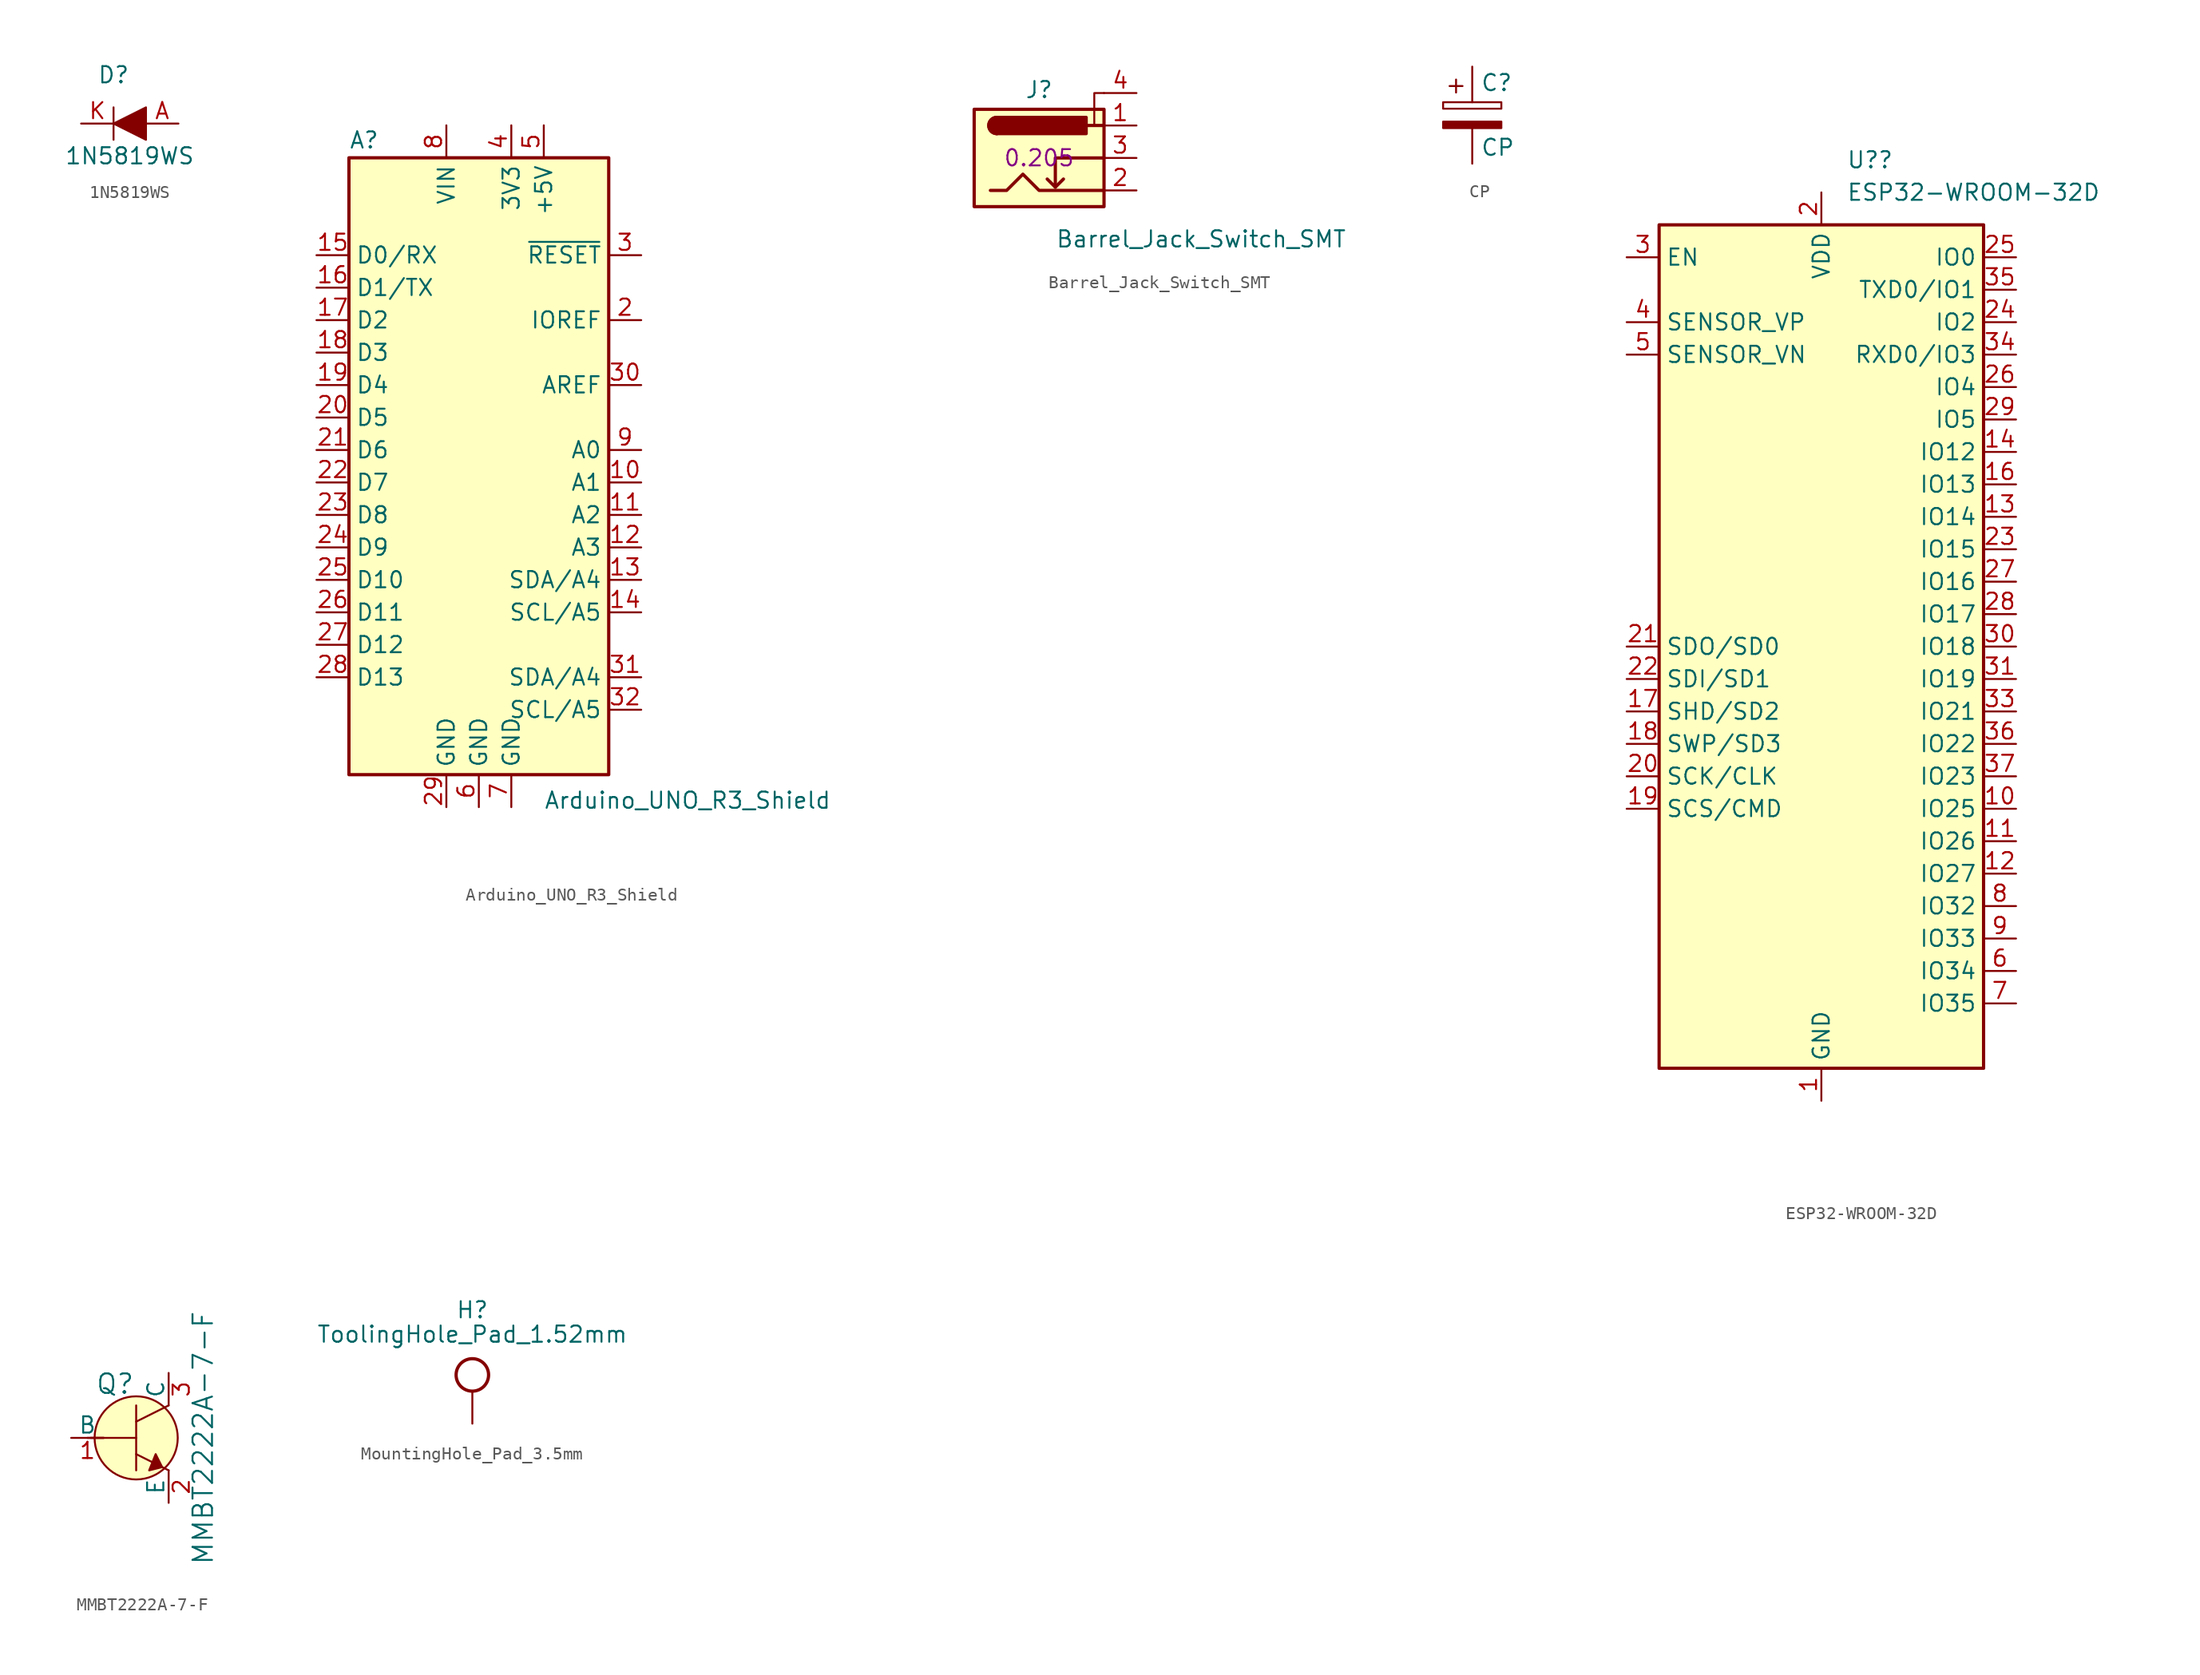
<source format=kicad_sym>
(kicad_symbol_lib
  (version 20220914)
  (generator kicad_symbol_editor)
  (symbol "1N5819WS"
    (pin_names
      (offset 1.016))
    (property "Reference" "D"
      (at 0 3.81 0)
      (effects (font (size 1.27 1.27))))
    (property "Value" "1N5819WS"
      (at 1.27 -2.54 0)
      (effects (font (size 1.27 1.27))))
    (symbol "1N5819WS_0_1"
      (polyline (pts (xy 0 0) (xy 2.54 0)) (stroke (width 0) (type default)) (fill (type none)))
      (polyline (pts (xy 0 1.27) (xy 0 -1.27)) (stroke (width 0) (type default)) (fill (type none)))
      (polyline (pts (xy 2.54 1.27) (xy 2.54 -1.27) (xy 0 0) (xy 2.54 1.27)) (stroke (width 0) (type default)) (fill (type outline))))
    (symbol "1N5819WS_1_1"
      (pin passive line (at 5.08 0 180) (length 2.54) (name "~" (effects (font (size 1.27 1.27)))) (number "A" (effects (font (size 1.27 1.27)))))
      (pin passive line (at -2.54 0 0) (length 2.54) (name "~" (effects (font (size 1.27 1.27)))) (number "K" (effects (font (size 1.27 1.27)))))))
  (symbol "Arduino_UNO_R3_Shield"
    (property "Reference" "A"
      (at -10.16 23.495 0)
      (effects (font (size 1.27 1.27)) (justify left bottom)))
    (property "Value" "Arduino_UNO_R3_Shield"
      (at 5.08 -26.67 0)
      (effects (font (size 1.27 1.27)) (justify left top)))
    (symbol "Arduino_UNO_R3_Shield_0_1"
      (rectangle (start -10.16 22.86) (end 10.16 -25.4) (stroke (width 0.254) (type default)) (fill (type background))))
    (symbol "Arduino_UNO_R3_Shield_1_1"
      (pin no_connect line (at -10.16 -20.32 0) (length 2.54) hide (name "NC" (effects (font (size 1.27 1.27)))) (number "1" (effects (font (size 1.27 1.27)))))
      (pin bidirectional line (at 12.7 -2.54 180) (length 2.54) (name "A1" (effects (font (size 1.27 1.27)))) (number "10" (effects (font (size 1.27 1.27)))))
      (pin bidirectional line (at 12.7 -5.08 180) (length 2.54) (name "A2" (effects (font (size 1.27 1.27)))) (number "11" (effects (font (size 1.27 1.27)))))
      (pin bidirectional line (at 12.7 -7.62 180) (length 2.54) (name "A3" (effects (font (size 1.27 1.27)))) (number "12" (effects (font (size 1.27 1.27)))))
      (pin bidirectional line (at 12.7 -10.16 180) (length 2.54) (name "SDA/A4" (effects (font (size 1.27 1.27)))) (number "13" (effects (font (size 1.27 1.27)))))
      (pin bidirectional line (at 12.7 -12.7 180) (length 2.54) (name "SCL/A5" (effects (font (size 1.27 1.27)))) (number "14" (effects (font (size 1.27 1.27)))))
      (pin bidirectional line (at -12.7 15.24 0) (length 2.54) (name "D0/RX" (effects (font (size 1.27 1.27)))) (number "15" (effects (font (size 1.27 1.27)))))
      (pin bidirectional line (at -12.7 12.7 0) (length 2.54) (name "D1/TX" (effects (font (size 1.27 1.27)))) (number "16" (effects (font (size 1.27 1.27)))))
      (pin bidirectional line (at -12.7 10.16 0) (length 2.54) (name "D2" (effects (font (size 1.27 1.27)))) (number "17" (effects (font (size 1.27 1.27)))))
      (pin bidirectional line (at -12.7 7.62 0) (length 2.54) (name "D3" (effects (font (size 1.27 1.27)))) (number "18" (effects (font (size 1.27 1.27)))))
      (pin bidirectional line (at -12.7 5.08 0) (length 2.54) (name "D4" (effects (font (size 1.27 1.27)))) (number "19" (effects (font (size 1.27 1.27)))))
      (pin passive line (at 12.7 10.16 180) (length 2.54) (name "IOREF" (effects (font (size 1.27 1.27)))) (number "2" (effects (font (size 1.27 1.27)))))
      (pin bidirectional line (at -12.7 2.54 0) (length 2.54) (name "D5" (effects (font (size 1.27 1.27)))) (number "20" (effects (font (size 1.27 1.27)))))
      (pin bidirectional line (at -12.7 0 0) (length 2.54) (name "D6" (effects (font (size 1.27 1.27)))) (number "21" (effects (font (size 1.27 1.27)))))
      (pin bidirectional line (at -12.7 -2.54 0) (length 2.54) (name "D7" (effects (font (size 1.27 1.27)))) (number "22" (effects (font (size 1.27 1.27)))))
      (pin bidirectional line (at -12.7 -5.08 0) (length 2.54) (name "D8" (effects (font (size 1.27 1.27)))) (number "23" (effects (font (size 1.27 1.27)))))
      (pin bidirectional line (at -12.7 -7.62 0) (length 2.54) (name "D9" (effects (font (size 1.27 1.27)))) (number "24" (effects (font (size 1.27 1.27)))))
      (pin bidirectional line (at -12.7 -10.16 0) (length 2.54) (name "D10" (effects (font (size 1.27 1.27)))) (number "25" (effects (font (size 1.27 1.27)))))
      (pin bidirectional line (at -12.7 -12.7 0) (length 2.54) (name "D11" (effects (font (size 1.27 1.27)))) (number "26" (effects (font (size 1.27 1.27)))))
      (pin bidirectional line (at -12.7 -15.24 0) (length 2.54) (name "D12" (effects (font (size 1.27 1.27)))) (number "27" (effects (font (size 1.27 1.27)))))
      (pin bidirectional line (at -12.7 -17.78 0) (length 2.54) (name "D13" (effects (font (size 1.27 1.27)))) (number "28" (effects (font (size 1.27 1.27)))))
      (pin power_in line (at -2.54 -27.94 90) (length 2.54) (name "GND" (effects (font (size 1.27 1.27)))) (number "29" (effects (font (size 1.27 1.27)))))
      (pin input line (at 12.7 15.24 180) (length 2.54) (name "~{RESET}" (effects (font (size 1.27 1.27)))) (number "3" (effects (font (size 1.27 1.27)))))
      (pin input line (at 12.7 5.08 180) (length 2.54) (name "AREF" (effects (font (size 1.27 1.27)))) (number "30" (effects (font (size 1.27 1.27)))))
      (pin bidirectional line (at 12.7 -17.78 180) (length 2.54) (name "SDA/A4" (effects (font (size 1.27 1.27)))) (number "31" (effects (font (size 1.27 1.27)))))
      (pin bidirectional line (at 12.7 -20.32 180) (length 2.54) (name "SCL/A5" (effects (font (size 1.27 1.27)))) (number "32" (effects (font (size 1.27 1.27)))))
      (pin power_out line (at 2.54 25.4 270) (length 2.54) (name "3V3" (effects (font (size 1.27 1.27)))) (number "4" (effects (font (size 1.27 1.27)))))
      (pin passive line (at 5.08 25.4 270) (length 2.54) (name "+5V" (effects (font (size 1.27 1.27)))) (number "5" (effects (font (size 1.27 1.27)))))
      (pin power_in line (at 0 -27.94 90) (length 2.54) (name "GND" (effects (font (size 1.27 1.27)))) (number "6" (effects (font (size 1.27 1.27)))))
      (pin power_in line (at 2.54 -27.94 90) (length 2.54) (name "GND" (effects (font (size 1.27 1.27)))) (number "7" (effects (font (size 1.27 1.27)))))
      (pin power_in line (at -2.54 25.4 270) (length 2.54) (name "VIN" (effects (font (size 1.27 1.27)))) (number "8" (effects (font (size 1.27 1.27)))))
      (pin bidirectional line (at 12.7 0 180) (length 2.54) (name "A0" (effects (font (size 1.27 1.27)))) (number "9" (effects (font (size 1.27 1.27)))))))
  (symbol "Barrel_Jack_Switch_SMT"
    (pin_names hide)
    (property "Reference" "J"
      (at 0 5.334 0)
      (effects (font (size 1.27 1.27))))
    (property "Value" "Barrel_Jack_Switch_SMT"
      (at 1.27 -6.35 0)
      (effects (font (size 1.27 1.27)) (justify left)))
    (property "Cost" "0.205"
      (at 0 0 0)
      (effects (font (size 1.27 1.27))))
    (symbol "Barrel_Jack_Switch_SMT_0_1"
      (rectangle (start -5.08 3.81) (end 5.08 -3.81) (stroke (width 0.254) (type default)) (fill (type background)))
      (arc (start -3.302 3.175) (mid -3.9343 2.54) (end -3.302 1.905) (stroke (width 0.254) (type default)) (fill (type none)))
      (arc (start -3.302 3.175) (mid -3.9343 2.54) (end -3.302 1.905) (stroke (width 0.254) (type default)) (fill (type outline)))
      (polyline (pts (xy 1.27 -2.286) (xy 1.905 -1.651)) (stroke (width 0.254) (type default)) (fill (type none)))
      (polyline (pts (xy 5.08 2.54) (xy 3.81 2.54)) (stroke (width 0.254) (type default)) (fill (type none)))
      (polyline (pts (xy 5.08 5.08) (xy 4.318 5.08) (xy 4.318 2.54)) (stroke (width 0) (type default)) (fill (type none)))
      (polyline (pts (xy 5.08 0) (xy 1.27 0) (xy 1.27 -2.286) (xy 0.635 -1.651)) (stroke (width 0.254) (type default)) (fill (type none)))
      (polyline (pts (xy -3.81 -2.54) (xy -2.54 -2.54) (xy -1.27 -1.27) (xy 0 -2.54) (xy 2.54 -2.54) (xy 5.08 -2.54)) (stroke (width 0.254) (type default)) (fill (type none)))
      (rectangle (start 3.683 3.175) (end -3.302 1.905) (stroke (width 0.254) (type default)) (fill (type outline))))
    (symbol "Barrel_Jack_Switch_SMT_1_1"
      (pin passive line (at 7.62 2.54 180) (length 2.54) (name "~" (effects (font (size 1.27 1.27)))) (number "1" (effects (font (size 1.27 1.27)))))
      (pin passive line (at 7.62 -2.54 180) (length 2.54) (name "~" (effects (font (size 1.27 1.27)))) (number "2" (effects (font (size 1.27 1.27)))))
      (pin passive line (at 7.62 0 180) (length 2.54) (name "~" (effects (font (size 1.27 1.27)))) (number "3" (effects (font (size 1.27 1.27)))))
      (pin passive line (at 7.62 5.08 180) (length 2.54) (name "~" (effects (font (size 1.27 1.27)))) (number "4" (effects (font (size 1.27 1.27)))))))
  (symbol "CP"
    (pin_numbers hide)
    (pin_names
      (offset 0.254))
    (property "Reference" "C"
      (at 0.635 2.54 0)
      (effects (font (size 1.27 1.27)) (justify left)))
    (property "Value" "CP"
      (at 0.635 -2.54 0)
      (effects (font (size 1.27 1.27)) (justify left)))
    (symbol "CP_0_1"
      (rectangle (start -2.286 0.508) (end 2.286 1.016) (stroke (width 0) (type default)) (fill (type none)))
      (polyline (pts (xy -1.778 2.286) (xy -0.762 2.286)) (stroke (width 0) (type default)) (fill (type none)))
      (polyline (pts (xy -1.27 2.794) (xy -1.27 1.778)) (stroke (width 0) (type default)) (fill (type none)))
      (rectangle (start 2.286 -0.508) (end -2.286 -1.016) (stroke (width 0) (type default)) (fill (type outline))))
    (symbol "CP_1_1"
      (pin passive line (at 0 3.81 270) (length 2.794) (name "~" (effects (font (size 1.27 1.27)))) (number "1" (effects (font (size 1.27 1.27)))))
      (pin passive line (at 0 -3.81 90) (length 2.794) (name "~" (effects (font (size 1.27 1.27)))) (number "2" (effects (font (size 1.27 1.27)))))))
  (symbol "ESP32-WROOM-32D"
    (property "Reference" "U?"
      (at 1.956 38.1 0)
      (effects (font (size 1.27 1.27)) (justify left)))
    (property "Value" "ESP32-WROOM-32D"
      (at 1.956 35.56 0)
      (effects (font (size 1.27 1.27)) (justify left)))
    (symbol "ESP32-WROOM-32D_0_1"
      (rectangle (start -12.7 33.02) (end 12.7 -33.02) (stroke (width 0.254) (type default)) (fill (type background))))
    (symbol "ESP32-WROOM-32D_1_1"
      (pin power_in line (at 0 -35.56 90) (length 2.54) (name "GND" (effects (font (size 1.27 1.27)))) (number "1" (effects (font (size 1.27 1.27)))))
      (pin bidirectional line (at 15.24 -12.7 180) (length 2.54) (name "IO25" (effects (font (size 1.27 1.27)))) (number "10" (effects (font (size 1.27 1.27)))))
      (pin bidirectional line (at 15.24 -15.24 180) (length 2.54) (name "IO26" (effects (font (size 1.27 1.27)))) (number "11" (effects (font (size 1.27 1.27)))))
      (pin bidirectional line (at 15.24 -17.78 180) (length 2.54) (name "IO27" (effects (font (size 1.27 1.27)))) (number "12" (effects (font (size 1.27 1.27)))))
      (pin bidirectional line (at 15.24 10.16 180) (length 2.54) (name "IO14" (effects (font (size 1.27 1.27)))) (number "13" (effects (font (size 1.27 1.27)))))
      (pin bidirectional line (at 15.24 15.24 180) (length 2.54) (name "IO12" (effects (font (size 1.27 1.27)))) (number "14" (effects (font (size 1.27 1.27)))))
      (pin passive line (at 0 -35.56 90) (length 2.54) hide (name "GND" (effects (font (size 1.27 1.27)))) (number "15" (effects (font (size 1.27 1.27)))))
      (pin bidirectional line (at 15.24 12.7 180) (length 2.54) (name "IO13" (effects (font (size 1.27 1.27)))) (number "16" (effects (font (size 1.27 1.27)))))
      (pin bidirectional line (at -15.24 -5.08 0) (length 2.54) (name "SHD/SD2" (effects (font (size 1.27 1.27)))) (number "17" (effects (font (size 1.27 1.27)))))
      (pin bidirectional line (at -15.24 -7.62 0) (length 2.54) (name "SWP/SD3" (effects (font (size 1.27 1.27)))) (number "18" (effects (font (size 1.27 1.27)))))
      (pin bidirectional line (at -15.24 -12.7 0) (length 2.54) (name "SCS/CMD" (effects (font (size 1.27 1.27)))) (number "19" (effects (font (size 1.27 1.27)))))
      (pin power_in line (at 0 35.56 270) (length 2.54) (name "VDD" (effects (font (size 1.27 1.27)))) (number "2" (effects (font (size 1.27 1.27)))))
      (pin bidirectional line (at -15.24 -10.16 0) (length 2.54) (name "SCK/CLK" (effects (font (size 1.27 1.27)))) (number "20" (effects (font (size 1.27 1.27)))))
      (pin bidirectional line (at -15.24 0 0) (length 2.54) (name "SDO/SD0" (effects (font (size 1.27 1.27)))) (number "21" (effects (font (size 1.27 1.27)))))
      (pin bidirectional line (at -15.24 -2.54 0) (length 2.54) (name "SDI/SD1" (effects (font (size 1.27 1.27)))) (number "22" (effects (font (size 1.27 1.27)))))
      (pin bidirectional line (at 15.24 7.62 180) (length 2.54) (name "IO15" (effects (font (size 1.27 1.27)))) (number "23" (effects (font (size 1.27 1.27)))))
      (pin bidirectional line (at 15.24 25.4 180) (length 2.54) (name "IO2" (effects (font (size 1.27 1.27)))) (number "24" (effects (font (size 1.27 1.27)))))
      (pin bidirectional line (at 15.24 30.48 180) (length 2.54) (name "IO0" (effects (font (size 1.27 1.27)))) (number "25" (effects (font (size 1.27 1.27)))))
      (pin bidirectional line (at 15.24 20.32 180) (length 2.54) (name "IO4" (effects (font (size 1.27 1.27)))) (number "26" (effects (font (size 1.27 1.27)))))
      (pin bidirectional line (at 15.24 5.08 180) (length 2.54) (name "IO16" (effects (font (size 1.27 1.27)))) (number "27" (effects (font (size 1.27 1.27)))))
      (pin bidirectional line (at 15.24 2.54 180) (length 2.54) (name "IO17" (effects (font (size 1.27 1.27)))) (number "28" (effects (font (size 1.27 1.27)))))
      (pin bidirectional line (at 15.24 17.78 180) (length 2.54) (name "IO5" (effects (font (size 1.27 1.27)))) (number "29" (effects (font (size 1.27 1.27)))))
      (pin input line (at -15.24 30.48 0) (length 2.54) (name "EN" (effects (font (size 1.27 1.27)))) (number "3" (effects (font (size 1.27 1.27)))))
      (pin bidirectional line (at 15.24 0 180) (length 2.54) (name "IO18" (effects (font (size 1.27 1.27)))) (number "30" (effects (font (size 1.27 1.27)))))
      (pin bidirectional line (at 15.24 -2.54 180) (length 2.54) (name "IO19" (effects (font (size 1.27 1.27)))) (number "31" (effects (font (size 1.27 1.27)))))
      (pin no_connect line (at -12.7 -27.94 0) (length 2.54) hide (name "NC" (effects (font (size 1.27 1.27)))) (number "32" (effects (font (size 1.27 1.27)))))
      (pin bidirectional line (at 15.24 -5.08 180) (length 2.54) (name "IO21" (effects (font (size 1.27 1.27)))) (number "33" (effects (font (size 1.27 1.27)))))
      (pin bidirectional line (at 15.24 22.86 180) (length 2.54) (name "RXD0/IO3" (effects (font (size 1.27 1.27)))) (number "34" (effects (font (size 1.27 1.27)))))
      (pin bidirectional line (at 15.24 27.94 180) (length 2.54) (name "TXD0/IO1" (effects (font (size 1.27 1.27)))) (number "35" (effects (font (size 1.27 1.27)))))
      (pin bidirectional line (at 15.24 -7.62 180) (length 2.54) (name "IO22" (effects (font (size 1.27 1.27)))) (number "36" (effects (font (size 1.27 1.27)))))
      (pin bidirectional line (at 15.24 -10.16 180) (length 2.54) (name "IO23" (effects (font (size 1.27 1.27)))) (number "37" (effects (font (size 1.27 1.27)))))
      (pin passive line (at 0 -35.56 90) (length 2.54) hide (name "GND" (effects (font (size 1.27 1.27)))) (number "38" (effects (font (size 1.27 1.27)))))
      (pin passive line (at 0 -35.56 90) (length 2.54) hide (name "GND" (effects (font (size 1.27 1.27)))) (number "39" (effects (font (size 1.27 1.27)))))
      (pin input line (at -15.24 25.4 0) (length 2.54) (name "SENSOR_VP" (effects (font (size 1.27 1.27)))) (number "4" (effects (font (size 1.27 1.27)))))
      (pin input line (at -15.24 22.86 0) (length 2.54) (name "SENSOR_VN" (effects (font (size 1.27 1.27)))) (number "5" (effects (font (size 1.27 1.27)))))
      (pin input line (at 15.24 -25.4 180) (length 2.54) (name "IO34" (effects (font (size 1.27 1.27)))) (number "6" (effects (font (size 1.27 1.27)))))
      (pin input line (at 15.24 -27.94 180) (length 2.54) (name "IO35" (effects (font (size 1.27 1.27)))) (number "7" (effects (font (size 1.27 1.27)))))
      (pin bidirectional line (at 15.24 -20.32 180) (length 2.54) (name "IO32" (effects (font (size 1.27 1.27)))) (number "8" (effects (font (size 1.27 1.27)))))
      (pin bidirectional line (at 15.24 -22.86 180) (length 2.54) (name "IO33" (effects (font (size 1.27 1.27)))) (number "9" (effects (font (size 1.27 1.27)))))))
  (symbol "MMBT2222A-7-F"
    (pin_names
      (offset 0))
    (property "Reference" "Q"
      (at -3.2 4.216 0)
      (effects (font (size 1.524 1.524)) (justify left)))
    (property "Value" "MMBT2222A-7-F"
      (at 5.232 0 90)
      (effects (font (size 1.524 1.524))))
    (symbol "MMBT2222A-7-F_0_1"
      (polyline (pts (xy -3.81 0) (xy -2.54 0)) (stroke (width 0) (type default)) (fill (type none)))
      (polyline (pts (xy -3.556 0) (xy 0 0)) (stroke (width 0) (type default)) (fill (type none)))
      (polyline (pts (xy 0 -1.27) (xy 2.54 -2.54)) (stroke (width 0) (type default)) (fill (type none)))
      (polyline (pts (xy 0 1.27) (xy 2.54 2.54)) (stroke (width 0) (type default)) (fill (type none)))
      (polyline (pts (xy 0 2.54) (xy 0 -2.54)) (stroke (width 0) (type default)) (fill (type none)))
      (polyline (pts (xy 1.524 -1.27) (xy 2.032 -2.286) (xy 1.016 -2.54) (xy 1.524 -1.27)) (stroke (width 0) (type default)) (fill (type outline)))
      (circle (center 0 0) (radius 3.251) (stroke (width 0) (type default)) (fill (type background))))
    (symbol "MMBT2222A-7-F_1_1"
      (pin input line (at -5.08 0 0) (length 2.54) (name "B" (effects (font (size 1.27 1.27)))) (number "1" (effects (font (size 1.27 1.27)))))
      (pin passive line (at 2.54 -5.08 90) (length 2.54) (name "E" (effects (font (size 1.27 1.27)))) (number "2" (effects (font (size 1.27 1.27)))))
      (pin passive line (at 2.54 5.08 270) (length 2.54) (name "C" (effects (font (size 1.27 1.27)))) (number "3" (effects (font (size 1.27 1.27)))))))
  (symbol "MountingHole_Pad_3.5mm"
    (pin_numbers hide)
    (pin_names
      (offset 1.016) hide)
    (property "Reference" "H"
      (at 0 6.35 0)
      (effects (font (size 1.27 1.27))))
    (property "Value" "ToolingHole_Pad_1.52mm"
      (at 0 4.445 0)
      (effects (font (size 1.27 1.27))))
    (symbol "MountingHole_Pad_3.5mm_1_1"
      (circle (center 0 1.27) (radius 1.27) (stroke (width 0.254) (type default)) (fill (type none)))
      (pin input line (at 0 -2.54 90) (length 2.54) (name "1" (effects (font (size 1.27 1.27)))) (number "1" (effects (font (size 1.27 1.27))))))))
</source>
